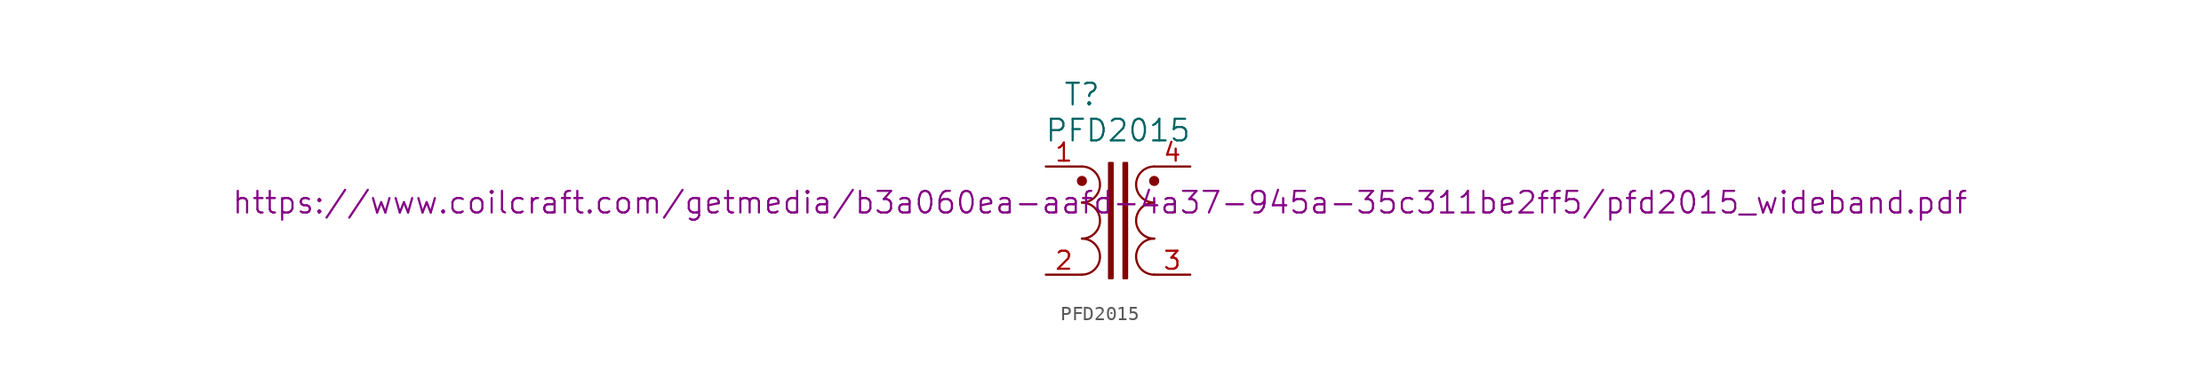
<source format=kicad_sym>
(kicad_symbol_lib
  (version 20211014)
  (generator kicad_symbol_editor)
  (symbol "PFD2015"
    (pin_names
      (offset 1.016) hide)
    (property "Reference" "T"
      (at -2.54 7.62 0)
      (effects (font (size 1.524 1.524))))
    (property "Value" "PFD2015"
      (at 0 5.08 0)
      (effects (font (size 1.524 1.524))))
    (property "Datasheet" "https://www.coilcraft.com/getmedia/b3a060ea-aafd-4a37-945a-35c311be2ff5/pfd2015_wideband.pdf"
      (at -1.27 0 0)
      (effects (font (size 1.524 1.524))))
    (symbol "PFD2015_0_1"
      (arc (start -2.54 -5.08) (mid -1.27 -3.81) (end -2.54 -2.54) (stroke (width 0) (type default) (color 0 0 0 0)) (fill (type none)))
      (arc (start -2.54 -2.54) (mid -1.27 -1.27) (end -2.54 0) (stroke (width 0) (type default) (color 0 0 0 0)) (fill (type none)))
      (arc (start -2.54 0) (mid -1.27 1.27) (end -2.54 2.54) (stroke (width 0) (type default) (color 0 0 0 0)) (fill (type none)))
      (circle (center -2.54 1.524) (radius 0.279) (stroke (width 0) (type default) (color 0 0 0 0)) (fill (type outline)))
      (rectangle (start -0.381 2.794) (end -0.635 -5.334) (stroke (width 0) (type default) (color 0 0 0 0)) (fill (type outline)))
      (rectangle (start 0.635 2.794) (end 0.381 -5.334) (stroke (width 0) (type default) (color 0 0 0 0)) (fill (type outline)))
      (arc (start 2.54 -2.54) (mid 1.27 -3.81) (end 2.54 -5.08) (stroke (width 0) (type default) (color 0 0 0 0)) (fill (type none)))
      (arc (start 2.54 0) (mid 1.27 -1.27) (end 2.54 -2.54) (stroke (width 0) (type default) (color 0 0 0 0)) (fill (type none)))
      (circle (center 2.54 1.524) (radius 0.279) (stroke (width 0) (type default) (color 0 0 0 0)) (fill (type outline)))
      (arc (start 2.54 2.54) (mid 1.27 1.27) (end 2.54 0) (stroke (width 0) (type default) (color 0 0 0 0)) (fill (type none))))
    (symbol "PFD2015_1_1"
      (pin input line (at -5.08 2.54 0) (length 2.54) (name "P2a" (effects (font (size 1.27 1.27)))) (number "1" (effects (font (size 1.27 1.27)))))
      (pin input line (at -5.08 -5.08 0) (length 2.54) (name "P2b" (effects (font (size 1.27 1.27)))) (number "2" (effects (font (size 1.27 1.27)))))
      (pin input line (at 5.08 -5.08 180) (length 2.54) (name "S2b" (effects (font (size 1.27 1.27)))) (number "3" (effects (font (size 1.27 1.27)))))
      (pin input line (at 5.08 2.54 180) (length 2.54) (name "S2a" (effects (font (size 1.27 1.27)))) (number "4" (effects (font (size 1.27 1.27))))))))
</source>
